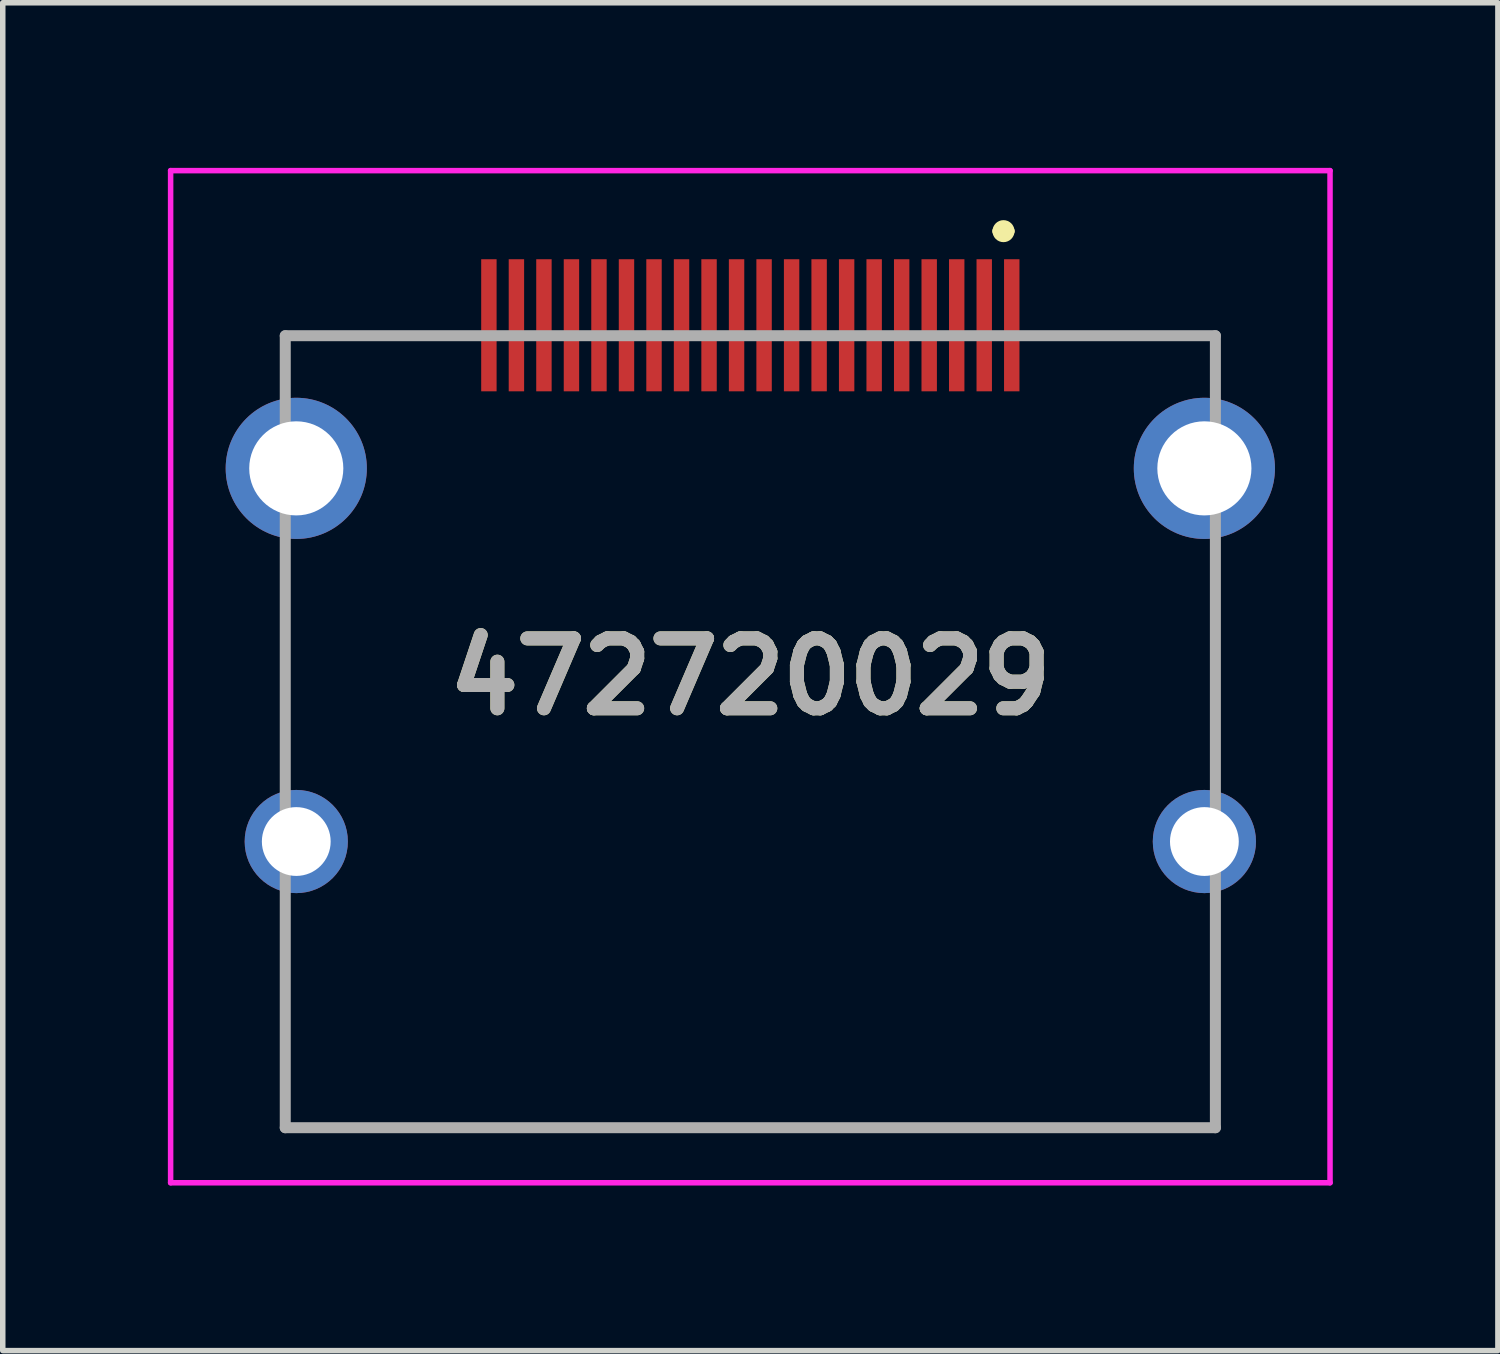
<source format=kicad_pcb>
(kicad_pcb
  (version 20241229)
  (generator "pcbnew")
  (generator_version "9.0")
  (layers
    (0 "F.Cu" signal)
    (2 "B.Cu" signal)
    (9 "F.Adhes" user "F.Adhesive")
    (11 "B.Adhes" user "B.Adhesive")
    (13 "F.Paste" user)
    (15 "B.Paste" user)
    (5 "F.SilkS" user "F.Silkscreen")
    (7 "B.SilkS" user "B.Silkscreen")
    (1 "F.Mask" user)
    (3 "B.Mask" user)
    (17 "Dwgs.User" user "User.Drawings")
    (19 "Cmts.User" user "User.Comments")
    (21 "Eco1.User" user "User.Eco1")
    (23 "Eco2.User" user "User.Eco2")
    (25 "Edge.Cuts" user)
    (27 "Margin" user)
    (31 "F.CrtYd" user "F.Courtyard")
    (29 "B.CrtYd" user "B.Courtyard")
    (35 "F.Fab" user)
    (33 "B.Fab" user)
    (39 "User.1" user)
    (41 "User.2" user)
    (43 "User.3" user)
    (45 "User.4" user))
  (footprint "472720029"
    (layer "F.Cu")
    (at 10.583 10.15)
    (property "Reference" "472720029" (at 0 -0.905 0) (layer "F.SilkS") (effects (font (size 1.27 1.27) (thickness 0.254))))
    (attr through_hole)
    (fp_line (start -8.45 -7.1) (end -8.45 -6.5) (stroke (width 0.1) (type solid)) (layer "F.SilkS"))
    (fp_line (start -8.45 -3) (end -8.45 0.5) (stroke (width 0.1) (type solid)) (layer "F.SilkS"))
    (fp_line (start -8.45 3.5) (end -8.45 7.29) (stroke (width 0.1) (type solid)) (layer "F.SilkS"))
    (fp_line (start -8.45 7.29) (end 8.45 7.29) (stroke (width 0.1) (type solid)) (layer "F.SilkS"))
    (fp_line (start -5.5 -7.1) (end -8.45 -7.1) (stroke (width 0.1) (type solid)) (layer "F.SilkS"))
    (fp_line (start 4.5 -9) (end 4.5 -9) (stroke (width 0.2) (type solid)) (layer "F.SilkS"))
    (fp_line (start 4.7 -9) (end 4.7 -9) (stroke (width 0.2) (type solid)) (layer "F.SilkS"))
    (fp_line (start 5.5 -7.1) (end 8.45 -7.1) (stroke (width 0.1) (type solid)) (layer "F.SilkS"))
    (fp_line (start 8.45 -7.1) (end 8.45 -6.5) (stroke (width 0.1) (type solid)) (layer "F.SilkS"))
    (fp_line (start 8.45 -3) (end 8.45 0.5) (stroke (width 0.1) (type solid)) (layer "F.SilkS"))
    (fp_line (start 8.45 7.29) (end 8.45 3.5) (stroke (width 0.1) (type solid)) (layer "F.SilkS"))
    (fp_arc (start 4.5 -9) (mid 4.6 -9.1) (end 4.7 -9) (stroke (width 0.2) (type solid)) (layer "F.SilkS"))
    (fp_arc (start 4.7 -9) (mid 4.6 -8.9) (end 4.5 -9) (stroke (width 0.2) (type solid)) (layer "F.SilkS"))
    (fp_line (start -10.533 -10.1) (end 10.533 -10.1) (stroke (width 0.1) (type solid)) (layer "F.CrtYd"))
    (fp_line (start -10.533 8.29) (end -10.533 -10.1) (stroke (width 0.1) (type solid)) (layer "F.CrtYd"))
    (fp_line (start 10.533 -10.1) (end 10.533 8.29) (stroke (width 0.1) (type solid)) (layer "F.CrtYd"))
    (fp_line (start 10.533 8.29) (end -10.533 8.29) (stroke (width 0.1) (type solid)) (layer "F.CrtYd"))
    (fp_line (start -8.45 -7.1) (end 8.45 -7.1) (stroke (width 0.2) (type solid)) (layer "F.Fab"))
    (fp_line (start -8.45 7.29) (end -8.45 -7.1) (stroke (width 0.2) (type solid)) (layer "F.Fab"))
    (fp_line (start 8.45 -7.1) (end 8.45 7.29) (stroke (width 0.2) (type solid)) (layer "F.Fab"))
    (fp_line (start 8.45 7.29) (end -8.45 7.29) (stroke (width 0.2) (type solid)) (layer "F.Fab"))
    (fp_text user "${REFERENCE}" (at 0 -0.905 0) (layer "F.Fab") (effects (font (size 1.27 1.27) (thickness 0.254))))
    (pad "" np_thru_hole circle (at 0 2.99) (size 0.001 0.001) (drill 1.4) (layers "*.Cu" "*.Mask"))
    (pad "1" smd rect (at 4.75 -7.29) (size 0.28 2.4) (layers "F.Cu" "F.Mask" "F.Paste"))
    (pad "2" smd rect (at 4.25 -7.29) (size 0.28 2.4) (layers "F.Cu" "F.Mask" "F.Paste"))
    (pad "3" smd rect (at 3.75 -7.29) (size 0.28 2.4) (layers "F.Cu" "F.Mask" "F.Paste"))
    (pad "4" smd rect (at 3.25 -7.29) (size 0.28 2.4) (layers "F.Cu" "F.Mask" "F.Paste"))
    (pad "5" smd rect (at 2.75 -7.29) (size 0.28 2.4) (layers "F.Cu" "F.Mask" "F.Paste"))
    (pad "6" smd rect (at 2.25 -7.29) (size 0.28 2.4) (layers "F.Cu" "F.Mask" "F.Paste"))
    (pad "7" smd rect (at 1.75 -7.29) (size 0.28 2.4) (layers "F.Cu" "F.Mask" "F.Paste"))
    (pad "8" smd rect (at 1.25 -7.29) (size 0.28 2.4) (layers "F.Cu" "F.Mask" "F.Paste"))
    (pad "9" smd rect (at 0.75 -7.29) (size 0.28 2.4) (layers "F.Cu" "F.Mask" "F.Paste"))
    (pad "10" smd rect (at 0.25 -7.29) (size 0.28 2.4) (layers "F.Cu" "F.Mask" "F.Paste"))
    (pad "11" smd rect (at -0.25 -7.29) (size 0.28 2.4) (layers "F.Cu" "F.Mask" "F.Paste"))
    (pad "12" smd rect (at -0.75 -7.29) (size 0.28 2.4) (layers "F.Cu" "F.Mask" "F.Paste"))
    (pad "13" smd rect (at -1.25 -7.29) (size 0.28 2.4) (layers "F.Cu" "F.Mask" "F.Paste"))
    (pad "14" smd rect (at -1.75 -7.29) (size 0.28 2.4) (layers "F.Cu" "F.Mask" "F.Paste"))
    (pad "15" smd rect (at -2.25 -7.29) (size 0.28 2.4) (layers "F.Cu" "F.Mask" "F.Paste"))
    (pad "16" smd rect (at -2.75 -7.29) (size 0.28 2.4) (layers "F.Cu" "F.Mask" "F.Paste"))
    (pad "17" smd rect (at -3.25 -7.29) (size 0.28 2.4) (layers "F.Cu" "F.Mask" "F.Paste"))
    (pad "18" smd rect (at -3.75 -7.29) (size 0.28 2.4) (layers "F.Cu" "F.Mask" "F.Paste"))
    (pad "19" smd rect (at -4.25 -7.29) (size 0.28 2.4) (layers "F.Cu" "F.Mask" "F.Paste"))
    (pad "20" smd rect (at -4.75 -7.29) (size 0.28 2.4) (layers "F.Cu" "F.Mask" "F.Paste"))
    (pad "MH1" thru_hole circle (at 8.25 -4.69) (size 2.565 2.565) (drill 1.71) (layers "*.Cu" "*.Mask"))
    (pad "MH2" thru_hole circle (at -8.25 -4.69) (size 2.565 2.565) (drill 1.71) (layers "*.Cu" "*.Mask"))
    (pad "MH3" thru_hole circle (at 8.25 2.09) (size 1.875 1.875) (drill 1.25) (layers "*.Cu" "*.Mask"))
    (pad "MH4" thru_hole circle (at -8.25 2.09) (size 1.875 1.875) (drill 1.25) (layers "*.Cu" "*.Mask")))
  (gr_rect
    (start -3 -3)
    (end 24.166 21.49)
    (stroke (width 0.1) (type default))
    (fill no)
    (layer "Edge.Cuts")))
</source>
